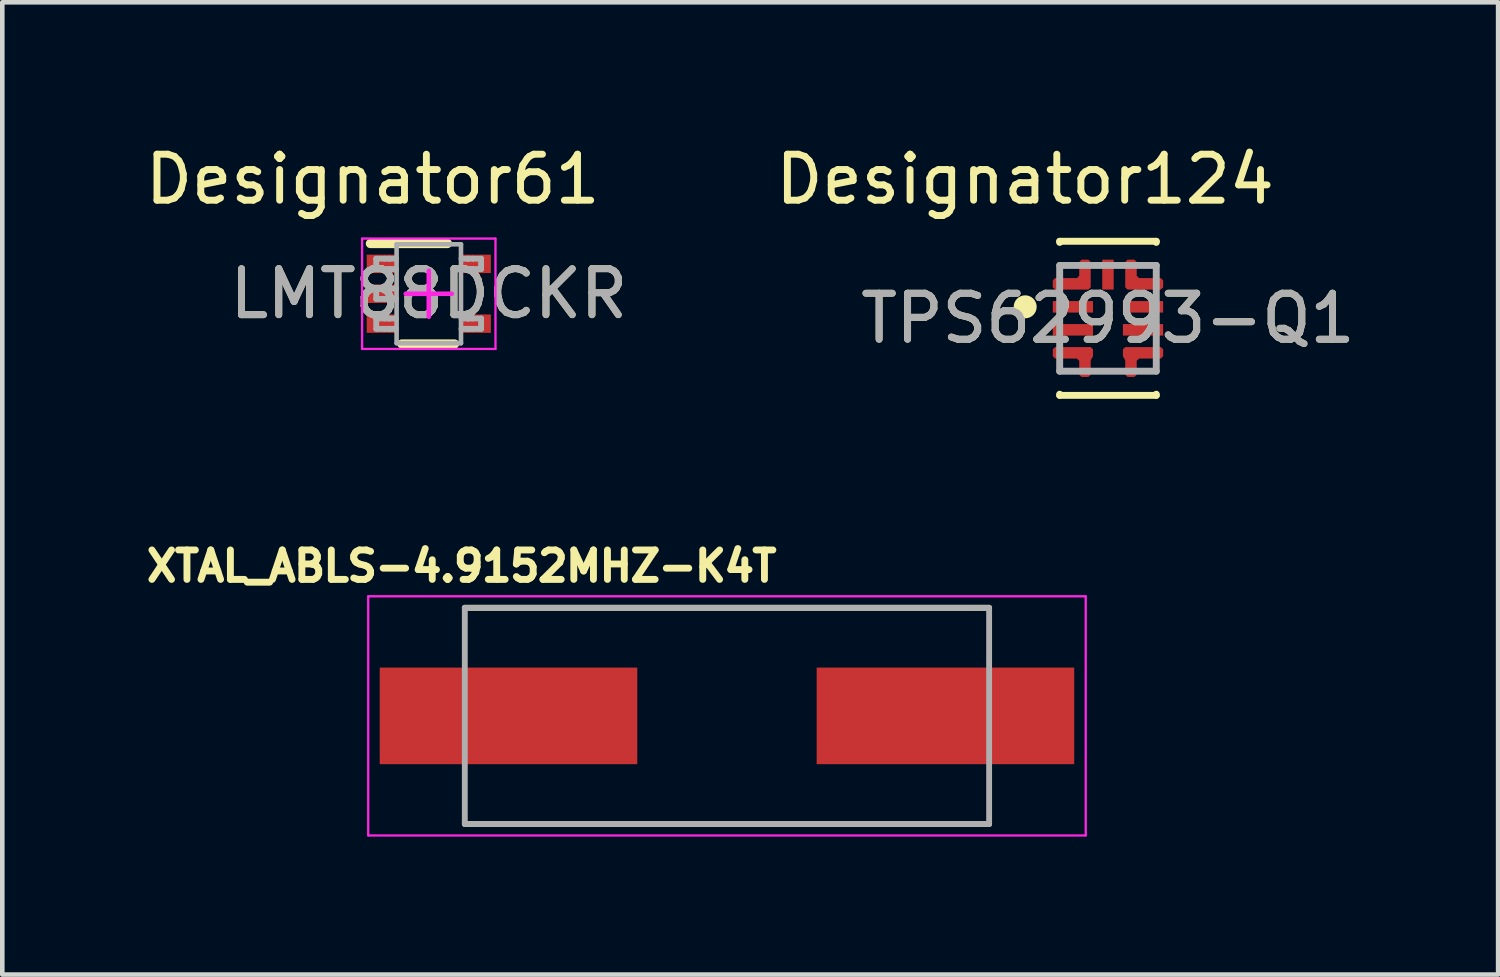
<source format=kicad_pcb>
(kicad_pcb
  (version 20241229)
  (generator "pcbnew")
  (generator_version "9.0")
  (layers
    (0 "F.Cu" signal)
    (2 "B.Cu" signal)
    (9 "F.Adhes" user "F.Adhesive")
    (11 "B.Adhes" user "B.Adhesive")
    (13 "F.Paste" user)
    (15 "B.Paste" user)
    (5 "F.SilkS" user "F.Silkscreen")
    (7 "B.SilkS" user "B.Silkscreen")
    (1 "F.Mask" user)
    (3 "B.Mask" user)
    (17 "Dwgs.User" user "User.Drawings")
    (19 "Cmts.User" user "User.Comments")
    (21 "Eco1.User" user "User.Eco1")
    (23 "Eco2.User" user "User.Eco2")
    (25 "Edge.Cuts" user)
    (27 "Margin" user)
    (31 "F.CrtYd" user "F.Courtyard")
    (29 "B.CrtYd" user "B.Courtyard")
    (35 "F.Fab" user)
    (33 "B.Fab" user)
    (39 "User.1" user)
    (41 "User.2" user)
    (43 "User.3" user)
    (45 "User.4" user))
  (footprint "LMT88DCKR"
    (layer "F.Cu")
    (at 6.273 3.337)
    (property "Reference" "LMT88DCKR" (at 0 0 0) (unlocked yes) (layer "F.SilkS") (effects (font (size 1 1) (thickness 0.15))))
    (attr smd)
    (fp_line (start -1.27 -1.092) (end 0.406 -1.092) (stroke (width 0.2) (type solid)) (layer "F.SilkS"))
    (fp_line (start -0.584 1.092) (end 0.559 1.092) (stroke (width 0.2) (type solid)) (layer "F.SilkS"))
    (fp_line (start -1.45 -1.2) (end 1.45 -1.2) (stroke (width 0.05) (type solid)) (layer "F.CrtYd"))
    (fp_line (start -1.45 1.2) (end -1.45 -1.2) (stroke (width 0.05) (type solid)) (layer "F.CrtYd"))
    (fp_line (start -1.45 1.2) (end 1.45 1.2) (stroke (width 0.05) (type solid)) (layer "F.CrtYd"))
    (fp_line (start -0.5 0) (end 0.5 0) (stroke (width 0.1) (type solid)) (layer "F.CrtYd"))
    (fp_line (start -0.000003 0.5) (end -0.000003 -0.5) (stroke (width 0.1) (type solid)) (layer "F.CrtYd"))
    (fp_line (start 1.45 1.2) (end 1.45 -1.2) (stroke (width 0.05) (type solid)) (layer "F.CrtYd"))
    (fp_line (start -1.143 -0.762) (end -0.959 -0.762) (stroke (width 0.127) (type solid)) (layer "F.Fab"))
    (fp_line (start -1.143 -0.537) (end -1.143 -0.762) (stroke (width 0.127) (type solid)) (layer "F.Fab"))
    (fp_line (start -1.143 -0.537) (end -0.959 -0.537) (stroke (width 0.127) (type solid)) (layer "F.Fab"))
    (fp_line (start -1.143 -0.112) (end -0.959 -0.112) (stroke (width 0.127) (type solid)) (layer "F.Fab"))
    (fp_line (start -1.143 0.113) (end -1.143 -0.112) (stroke (width 0.127) (type solid)) (layer "F.Fab"))
    (fp_line (start -1.143 0.113) (end -0.959 0.113) (stroke (width 0.127) (type solid)) (layer "F.Fab"))
    (fp_line (start -1.143 0.538) (end -0.959 0.538) (stroke (width 0.127) (type solid)) (layer "F.Fab"))
    (fp_line (start -1.143 0.763) (end -1.143 0.538) (stroke (width 0.127) (type solid)) (layer "F.Fab"))
    (fp_line (start -1.143 0.763) (end -0.959 0.763) (stroke (width 0.127) (type solid)) (layer "F.Fab"))
    (fp_line (start -0.959 -0.762) (end -0.711 -0.762) (stroke (width 0.127) (type solid)) (layer "F.Fab"))
    (fp_line (start -0.959 -0.537) (end -0.865 -0.537) (stroke (width 0.127) (type solid)) (layer "F.Fab"))
    (fp_line (start -0.959 -0.112) (end -0.865 -0.112) (stroke (width 0.127) (type solid)) (layer "F.Fab"))
    (fp_line (start -0.959 0.113) (end -0.865 0.113) (stroke (width 0.127) (type solid)) (layer "F.Fab"))
    (fp_line (start -0.959 0.538) (end -0.865 0.538) (stroke (width 0.127) (type solid)) (layer "F.Fab"))
    (fp_line (start -0.959 0.763) (end -0.865 0.763) (stroke (width 0.127) (type solid)) (layer "F.Fab"))
    (fp_line (start -0.865 -0.762) (end -0.853 -0.762) (stroke (width 0.127) (type solid)) (layer "F.Fab"))
    (fp_line (start -0.865 -0.537) (end -0.853 -0.537) (stroke (width 0.127) (type solid)) (layer "F.Fab"))
    (fp_line (start -0.865 -0.112) (end -0.853 -0.112) (stroke (width 0.127) (type solid)) (layer "F.Fab"))
    (fp_line (start -0.865 0.113) (end -0.853 0.113) (stroke (width 0.127) (type solid)) (layer "F.Fab"))
    (fp_line (start -0.865 0.538) (end -0.853 0.538) (stroke (width 0.127) (type solid)) (layer "F.Fab"))
    (fp_line (start -0.865 0.763) (end -0.853 0.763) (stroke (width 0.127) (type solid)) (layer "F.Fab"))
    (fp_line (start -0.853 -0.537) (end -0.711 -0.537) (stroke (width 0.127) (type solid)) (layer "F.Fab"))
    (fp_line (start -0.853 -0.112) (end -0.711 -0.112) (stroke (width 0.127) (type solid)) (layer "F.Fab"))
    (fp_line (start -0.853 0.113) (end -0.711 0.113) (stroke (width 0.127) (type solid)) (layer "F.Fab"))
    (fp_line (start -0.853 0.538) (end -0.711 0.538) (stroke (width 0.127) (type solid)) (layer "F.Fab"))
    (fp_line (start -0.853 0.763) (end -0.711 0.763) (stroke (width 0.127) (type solid)) (layer "F.Fab"))
    (fp_line (start -0.7 -1.075) (end 0.7 -1.075) (stroke (width 0.1) (type solid)) (layer "F.Fab"))
    (fp_line (start -0.7 1.075) (end -0.7 -1.075) (stroke (width 0.1) (type solid)) (layer "F.Fab"))
    (fp_line (start -0.7 1.075) (end 0.7 1.075) (stroke (width 0.1) (type solid)) (layer "F.Fab"))
    (fp_line (start 0.7 1.075) (end 0.7 -1.075) (stroke (width 0.1) (type solid)) (layer "F.Fab"))
    (fp_line (start 0.711 -0.762) (end 0.847 -0.762) (stroke (width 0.127) (type solid)) (layer "F.Fab"))
    (fp_line (start 0.711 -0.537) (end 0.847 -0.537) (stroke (width 0.127) (type solid)) (layer "F.Fab"))
    (fp_line (start 0.711 0.538) (end 0.847 0.538) (stroke (width 0.127) (type solid)) (layer "F.Fab"))
    (fp_line (start 0.711 0.763) (end 0.847 0.763) (stroke (width 0.127) (type solid)) (layer "F.Fab"))
    (fp_line (start 0.847 -0.762) (end 0.859 -0.762) (stroke (width 0.127) (type solid)) (layer "F.Fab"))
    (fp_line (start 0.847 -0.537) (end 0.859 -0.537) (stroke (width 0.127) (type solid)) (layer "F.Fab"))
    (fp_line (start 0.847 0.538) (end 0.859 0.538) (stroke (width 0.127) (type solid)) (layer "F.Fab"))
    (fp_line (start 0.847 0.763) (end 0.859 0.763) (stroke (width 0.127) (type solid)) (layer "F.Fab"))
    (fp_line (start 0.859 -0.762) (end 0.953 -0.762) (stroke (width 0.127) (type solid)) (layer "F.Fab"))
    (fp_line (start 0.859 -0.537) (end 0.953 -0.537) (stroke (width 0.127) (type solid)) (layer "F.Fab"))
    (fp_line (start 0.859 0.538) (end 0.953 0.538) (stroke (width 0.127) (type solid)) (layer "F.Fab"))
    (fp_line (start 0.859 0.763) (end 0.953 0.763) (stroke (width 0.127) (type solid)) (layer "F.Fab"))
    (fp_line (start 0.953 -0.762) (end 1.137 -0.762) (stroke (width 0.127) (type solid)) (layer "F.Fab"))
    (fp_line (start 0.953 -0.537) (end 1.137 -0.537) (stroke (width 0.127) (type solid)) (layer "F.Fab"))
    (fp_line (start 0.953 0.538) (end 1.137 0.538) (stroke (width 0.127) (type solid)) (layer "F.Fab"))
    (fp_line (start 0.953 0.763) (end 1.137 0.763) (stroke (width 0.127) (type solid)) (layer "F.Fab"))
    (fp_line (start 1.137 -0.537) (end 1.137 -0.762) (stroke (width 0.127) (type solid)) (layer "F.Fab"))
    (fp_line (start 1.137 0.763) (end 1.137 0.538) (stroke (width 0.127) (type solid)) (layer "F.Fab"))
    (fp_text user "Designator61" (at -1.219 -2.489 0) (unlocked yes) (layer "F.SilkS") (effects (font (size 1 1) (thickness 0.15))))
    (fp_text user "${REFERENCE}" (at 0 0 0) (unlocked yes) (layer "F.Fab") (effects (font (size 1 1) (thickness 0.15))))
    (pad "1" smd rect (at -1.025 -0.65 90) (size 0.4 0.65) (layers "F.Cu" "F.Mask" "F.Paste"))
    (pad "2" smd rect (at -1.025 0 90) (size 0.4 0.65) (layers "F.Cu" "F.Mask" "F.Paste"))
    (pad "3" smd rect (at -1.025 0.65 90) (size 0.4 0.65) (layers "F.Cu" "F.Mask" "F.Paste"))
    (pad "4" smd rect (at 1.025 0.65 90) (size 0.4 0.65) (layers "F.Cu" "F.Mask" "F.Paste"))
    (pad "5" smd rect (at 1.025 -0.65 90) (size 0.4 0.65) (layers "F.Cu" "F.Mask" "F.Paste")))
  (footprint "TPS62993-Q1"
    (layer "F.Cu")
    (at 21.04 3.871)
    (property "Reference" "TPS62993-Q1" (at 0 0 0) (unlocked yes) (layer "F.SilkS") (effects (font (size 1 1) (thickness 0.15))))
    (attr smd)
    (fp_poly (pts (xy -1.2 -0.825) (xy -1.15 -0.875) (xy -0.675 -0.875) (xy -0.625 -0.925) (xy -0.625 -1.225) (xy -0.575 -1.275) (xy -0.425 -1.275) (xy -0.375 -1.225) (xy -0.375 -0.675) (xy -0.425 -0.625) (xy -1.15 -0.625) (xy -1.2 -0.675)) (stroke (width 0) (type solid)) (fill yes) (layer "F.Cu"))
    (fp_poly (pts (xy 1.2 -0.825) (xy 1.15 -0.875) (xy 0.675 -0.875) (xy 0.625 -0.925) (xy 0.625 -1.225) (xy 0.575 -1.275) (xy 0.425 -1.275) (xy 0.375 -1.225) (xy 0.375 -0.675) (xy 0.425 -0.625) (xy 1.15 -0.625) (xy 1.2 -0.675)) (stroke (width 0) (type solid)) (fill yes) (layer "F.Cu"))
    (fp_poly (pts (xy -1.2 0.825) (xy -1.15 0.875) (xy -0.675 0.875) (xy -0.625 0.925) (xy -0.625 1.225) (xy -0.575 1.275) (xy -0.425 1.275) (xy -0.375 1.225) (xy -0.375 0.912) (xy -0.35 0.868) (xy -0.325 0.825) (xy -0.325 0.675) (xy -0.375 0.625) (xy -1.15 0.625) (xy -1.2 0.675)) (stroke (width 0) (type solid)) (fill yes) (layer "F.Cu"))
    (fp_poly (pts (xy 1.2 0.825) (xy 1.15 0.875) (xy 0.675 0.875) (xy 0.625 0.925) (xy 0.625 1.225) (xy 0.575 1.275) (xy 0.425 1.275) (xy 0.375 1.225) (xy 0.375 0.912) (xy 0.35 0.868) (xy 0.325 0.825) (xy 0.325 0.675) (xy 0.375 0.625) (xy 1.15 0.625) (xy 1.2 0.675)) (stroke (width 0) (type solid)) (fill yes) (layer "F.Cu"))
    (fp_poly (pts (xy -1.2 -0.825) (xy -1.15 -0.875) (xy -0.675 -0.875) (xy -0.625 -0.925) (xy -0.625 -1.225) (xy -0.575 -1.275) (xy -0.425 -1.275) (xy -0.375 -1.225) (xy -0.375 -0.675) (xy -0.425 -0.625) (xy -1.15 -0.625) (xy -1.2 -0.675)) (stroke (width 0) (type solid)) (fill yes) (layer "F.Mask"))
    (fp_poly (pts (xy 1.2 -0.825) (xy 1.2 -0.675) (xy 1.15 -0.625) (xy 0.425 -0.625) (xy 0.375 -0.675) (xy 0.375 -1.225) (xy 0.425 -1.275) (xy 0.575 -1.275) (xy 0.625 -1.225) (xy 0.625 -0.925) (xy 0.675 -0.875) (xy 1.15 -0.875)) (stroke (width 0) (type solid)) (fill yes) (layer "F.Mask"))
    (fp_poly (pts (xy -1.2 0.825) (xy -1.2 0.675) (xy -1.15 0.625) (xy -0.375 0.625) (xy -0.325 0.675) (xy -0.325 0.825) (xy -0.35 0.868) (xy -0.375 0.912) (xy -0.375 1.225) (xy -0.425 1.275) (xy -0.575 1.275) (xy -0.625 1.225) (xy -0.625 0.925) (xy -0.675 0.875) (xy -1.15 0.875)) (stroke (width 0) (type solid)) (fill yes) (layer "F.Mask"))
    (fp_poly (pts (xy 1.2 0.825) (xy 1.15 0.875) (xy 0.675 0.875) (xy 0.625 0.925) (xy 0.625 1.225) (xy 0.575 1.275) (xy 0.425 1.275) (xy 0.375 1.225) (xy 0.375 0.912) (xy 0.35 0.868) (xy 0.325 0.825) (xy 0.325 0.675) (xy 0.375 0.625) (xy 1.15 0.625) (xy 1.2 0.675)) (stroke (width 0) (type solid)) (fill yes) (layer "F.Mask"))
    (fp_line (start -1.05 -1.675) (end 1.05 -1.675) (stroke (width 0.15) (type solid)) (layer "F.SilkS"))
    (fp_line (start -1.05 -1.65) (end -1.05 -1.675) (stroke (width 0.15) (type solid)) (layer "F.SilkS"))
    (fp_line (start -1.05 1.675) (end -1.05 1.65) (stroke (width 0.15) (type solid)) (layer "F.SilkS"))
    (fp_line (start -1.05 1.675) (end 1.05 1.675) (stroke (width 0.15) (type solid)) (layer "F.SilkS"))
    (fp_line (start 1.05 -1.65) (end 1.05 -1.675) (stroke (width 0.15) (type solid)) (layer "F.SilkS"))
    (fp_line (start 1.05 1.675) (end 1.05 1.65) (stroke (width 0.15) (type solid)) (layer "F.SilkS"))
    (fp_circle (center -1.8 -0.25) (end -1.675 -0.25) (stroke (width 0.25) (type solid)) (fill no) (layer "F.SilkS"))
    (fp_poly (pts (xy -1.2 -0.825) (xy -1.15 -0.875) (xy -0.675 -0.875) (xy -0.625 -0.925) (xy -0.625 -1.225) (xy -0.575 -1.275) (xy -0.425 -1.275) (xy -0.375 -1.225) (xy -0.375 -0.675) (xy -0.425 -0.625) (xy -1.15 -0.625) (xy -1.2 -0.675)) (stroke (width 0) (type solid)) (fill yes) (layer "F.Paste"))
    (fp_poly (pts (xy 1.2 -0.825) (xy 1.2 -0.675) (xy 1.15 -0.625) (xy 0.425 -0.625) (xy 0.375 -0.675) (xy 0.375 -1.225) (xy 0.425 -1.275) (xy 0.575 -1.275) (xy 0.625 -1.225) (xy 0.625 -0.925) (xy 0.675 -0.875) (xy 1.15 -0.875)) (stroke (width 0) (type solid)) (fill yes) (layer "F.Paste"))
    (fp_poly (pts (xy -1.2 0.825) (xy -1.2 0.675) (xy -1.15 0.625) (xy -0.375 0.625) (xy -0.325 0.675) (xy -0.325 0.825) (xy -0.35 0.868) (xy -0.375 0.912) (xy -0.375 1.225) (xy -0.425 1.275) (xy -0.575 1.275) (xy -0.625 1.225) (xy -0.625 0.925) (xy -0.675 0.875) (xy -1.15 0.875)) (stroke (width 0) (type solid)) (fill yes) (layer "F.Paste"))
    (fp_poly (pts (xy 1.2 0.825) (xy 1.15 0.875) (xy 0.675 0.875) (xy 0.625 0.925) (xy 0.625 1.225) (xy 0.575 1.275) (xy 0.425 1.275) (xy 0.375 1.225) (xy 0.375 0.912) (xy 0.35 0.868) (xy 0.325 0.825) (xy 0.325 0.675) (xy 0.375 0.625) (xy 1.15 0.625) (xy 1.2 0.675)) (stroke (width 0) (type solid)) (fill yes) (layer "F.Paste"))
    (fp_line (start -1.05 -1.15) (end 1.05 -1.15) (stroke (width 0.15) (type solid)) (layer "F.Fab"))
    (fp_line (start -1.05 1.15) (end -1.05 -1.15) (stroke (width 0.15) (type solid)) (layer "F.Fab"))
    (fp_line (start -1.05 1.15) (end 1.05 1.15) (stroke (width 0.15) (type solid)) (layer "F.Fab"))
    (fp_line (start 1.05 1.15) (end 1.05 -1.15) (stroke (width 0.15) (type solid)) (layer "F.Fab"))
    (fp_text user "Designator124" (at -1.803 -3.023 0) (unlocked yes) (layer "F.SilkS") (effects (font (size 1 1) (thickness 0.15))))
    (fp_text user "${REFERENCE}" (at 0 0 0) (unlocked yes) (layer "F.Fab") (effects (font (size 1 1) (thickness 0.15))))
    (pad "1" smd rect (at -0.762 -0.25) (size 0.875 0.25) (layers "F.Cu" "F.Mask" "F.Paste"))
    (pad "2" smd rect (at -0.762 0.25) (size 0.875 0.25) (layers "F.Cu" "F.Mask" "F.Paste"))
    (pad "3" smd circle (at -0.509 0.828) (size 0.242 0.242) (layers "F.Cu" "F.Mask" "F.Paste"))
    (pad "4" smd circle (at 0.487 0.787) (size 0.278 0.278) (layers "F.Cu" "F.Mask" "F.Paste"))
    (pad "5" smd rect (at 0.762 0.25) (size 0.875 0.25) (layers "F.Cu" "F.Mask" "F.Paste"))
    (pad "6" smd rect (at 0.762 -0.25) (size 0.875 0.25) (layers "F.Cu" "F.Mask" "F.Paste"))
    (pad "7" smd circle (at 0.537 -0.787) (size 0.242 0.242) (layers "F.Cu" "F.Mask" "F.Paste"))
    (pad "8" smd rect (at 0 -0.95) (size 0.25 0.65) (layers "F.Cu" "F.Mask" "F.Paste"))
    (pad "9" smd circle (at -0.509 -0.828) (size 0.242 0.242) (layers "F.Cu" "F.Mask" "F.Paste")))
  (footprint "XTAL_ABLS-4.9152MHZ-K4T"
    (layer "F.Cu")
    (at 12.756 12.515)
    (property "Reference" "XTAL_ABLS-4.9152MHZ-K4T" (at -5.768 -3.256 0) (layer "F.SilkS") (effects (font (size 0.64 0.64) (thickness 0.15))))
    (attr smd)
    (fp_line (start -5.7 -2.35) (end 5.7 -2.35) (stroke (width 0.127) (type solid)) (layer "F.SilkS"))
    (fp_line (start -5.7 2.35) (end 5.7 2.35) (stroke (width 0.127) (type solid)) (layer "F.SilkS"))
    (fp_line (start -7.8 -2.6) (end -7.8 2.6) (stroke (width 0.05) (type solid)) (layer "F.CrtYd"))
    (fp_line (start -7.8 2.6) (end 7.8 2.6) (stroke (width 0.05) (type solid)) (layer "F.CrtYd"))
    (fp_line (start 7.8 -2.6) (end -7.8 -2.6) (stroke (width 0.05) (type solid)) (layer "F.CrtYd"))
    (fp_line (start 7.8 2.6) (end 7.8 -2.6) (stroke (width 0.05) (type solid)) (layer "F.CrtYd"))
    (fp_line (start -5.7 -2.35) (end -5.7 2.35) (stroke (width 0.127) (type solid)) (layer "F.Fab"))
    (fp_line (start -5.7 -2.35) (end 5.7 -2.35) (stroke (width 0.127) (type solid)) (layer "F.Fab"))
    (fp_line (start -5.7 2.35) (end 5.7 2.35) (stroke (width 0.127) (type solid)) (layer "F.Fab"))
    (fp_line (start 5.7 -2.35) (end 5.7 2.35) (stroke (width 0.127) (type solid)) (layer "F.Fab"))
    (pad "1" smd rect (at -4.75 0) (size 5.6 2.1) (layers "F.Cu" "F.Mask" "F.Paste"))
    (pad "2" smd rect (at 4.75 0) (size 5.6 2.1) (layers "F.Cu" "F.Mask" "F.Paste")))
  (gr_rect
    (start -3 -3)
    (end 29.523 18.14)
    (stroke (width 0.1) (type default))
    (fill no)
    (layer "Edge.Cuts")))
</source>
